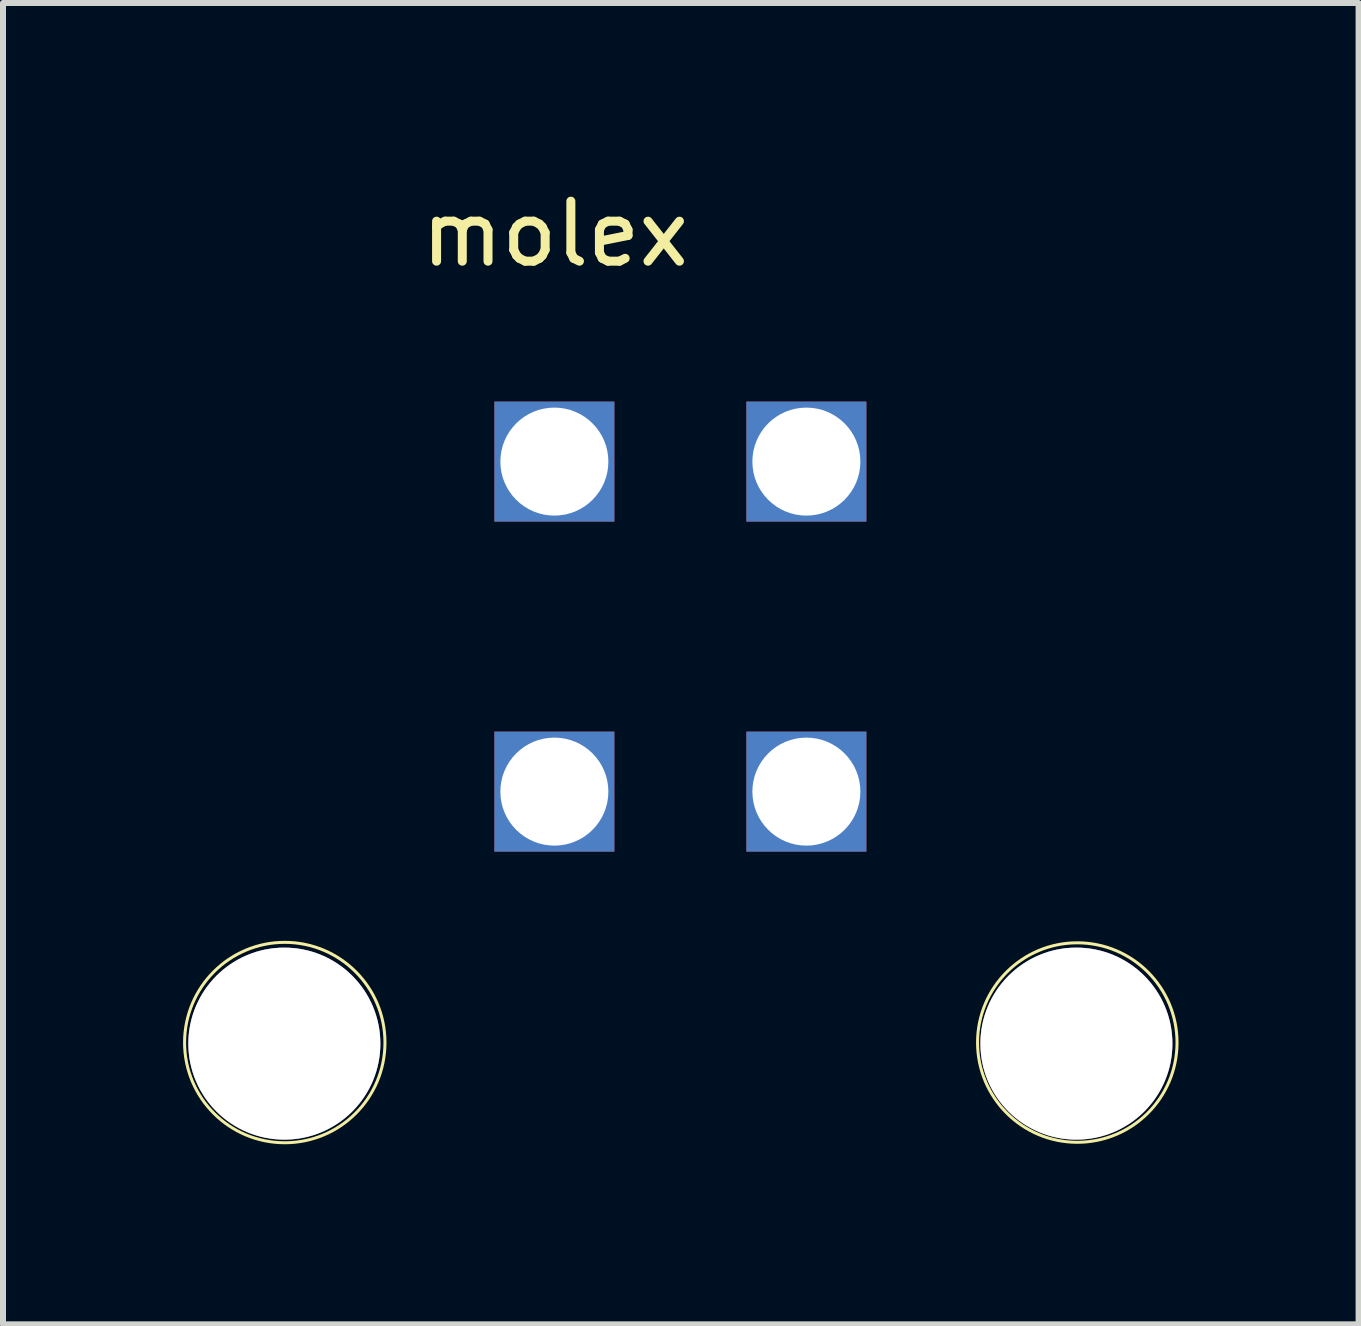
<source format=kicad_pcb>
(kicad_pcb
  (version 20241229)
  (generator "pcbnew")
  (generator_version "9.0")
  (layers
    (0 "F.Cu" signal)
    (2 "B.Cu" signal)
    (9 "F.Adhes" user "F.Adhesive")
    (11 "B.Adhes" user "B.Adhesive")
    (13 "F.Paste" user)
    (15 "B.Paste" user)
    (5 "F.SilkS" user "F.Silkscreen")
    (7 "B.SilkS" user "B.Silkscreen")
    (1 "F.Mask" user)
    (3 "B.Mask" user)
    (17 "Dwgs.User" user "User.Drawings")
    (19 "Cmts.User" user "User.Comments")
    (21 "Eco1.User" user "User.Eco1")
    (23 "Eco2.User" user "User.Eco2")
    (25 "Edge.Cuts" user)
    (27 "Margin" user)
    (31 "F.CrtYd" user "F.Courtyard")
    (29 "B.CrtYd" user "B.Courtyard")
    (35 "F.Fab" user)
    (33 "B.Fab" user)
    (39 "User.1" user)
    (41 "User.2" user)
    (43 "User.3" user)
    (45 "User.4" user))
  (footprint "molex"
    (layer "F.Cu")
    (at 6.189 4.643)
    (property "Reference" "molex" (at 0.013 -3.795 0) (layer "F.SilkS") (effects (font (size 1 1) (thickness 0.15))))
    (attr through_hole)
    (fp_circle (center -4.493 9.682) (end -3.396 8.423) (stroke (width 0.05) (type solid)) (fill no) (layer "F.SilkS"))
    (fp_circle (center 8.715 9.682) (end 9.751 8.382) (stroke (width 0.05) (type solid)) (fill no) (layer "F.SilkS"))
    (pad "1" thru_hole rect (at 0 0) (size 2 2) (drill 1.8) (layers "*.Cu" "*.Mask"))
    (pad "2" thru_hole rect (at 4.2 0) (size 2 2) (drill 1.8) (layers "*.Cu" "*.Mask"))
    (pad "3" thru_hole rect (at 0 5.5) (size 2 2) (drill 1.8) (layers "*.Cu" "*.Mask"))
    (pad "4" thru_hole rect (at 4.2 5.5) (size 2 2) (drill 1.8) (layers "*.Cu" "*.Mask"))
    (pad "5" thru_hole circle (at -4.5 9.7) (size 3.2 3.2) (drill 3.2) (layers "*.Cu" "*.Mask"))
    (pad "6" thru_hole circle (at 8.7 9.7) (size 3.2 3.2) (drill 3.2) (layers "*.Cu" "*.Mask")))
  (gr_rect
    (start -3 -3)
    (end 19.592 19.021)
    (stroke (width 0.1) (type default))
    (fill no)
    (layer "Edge.Cuts")))
</source>
